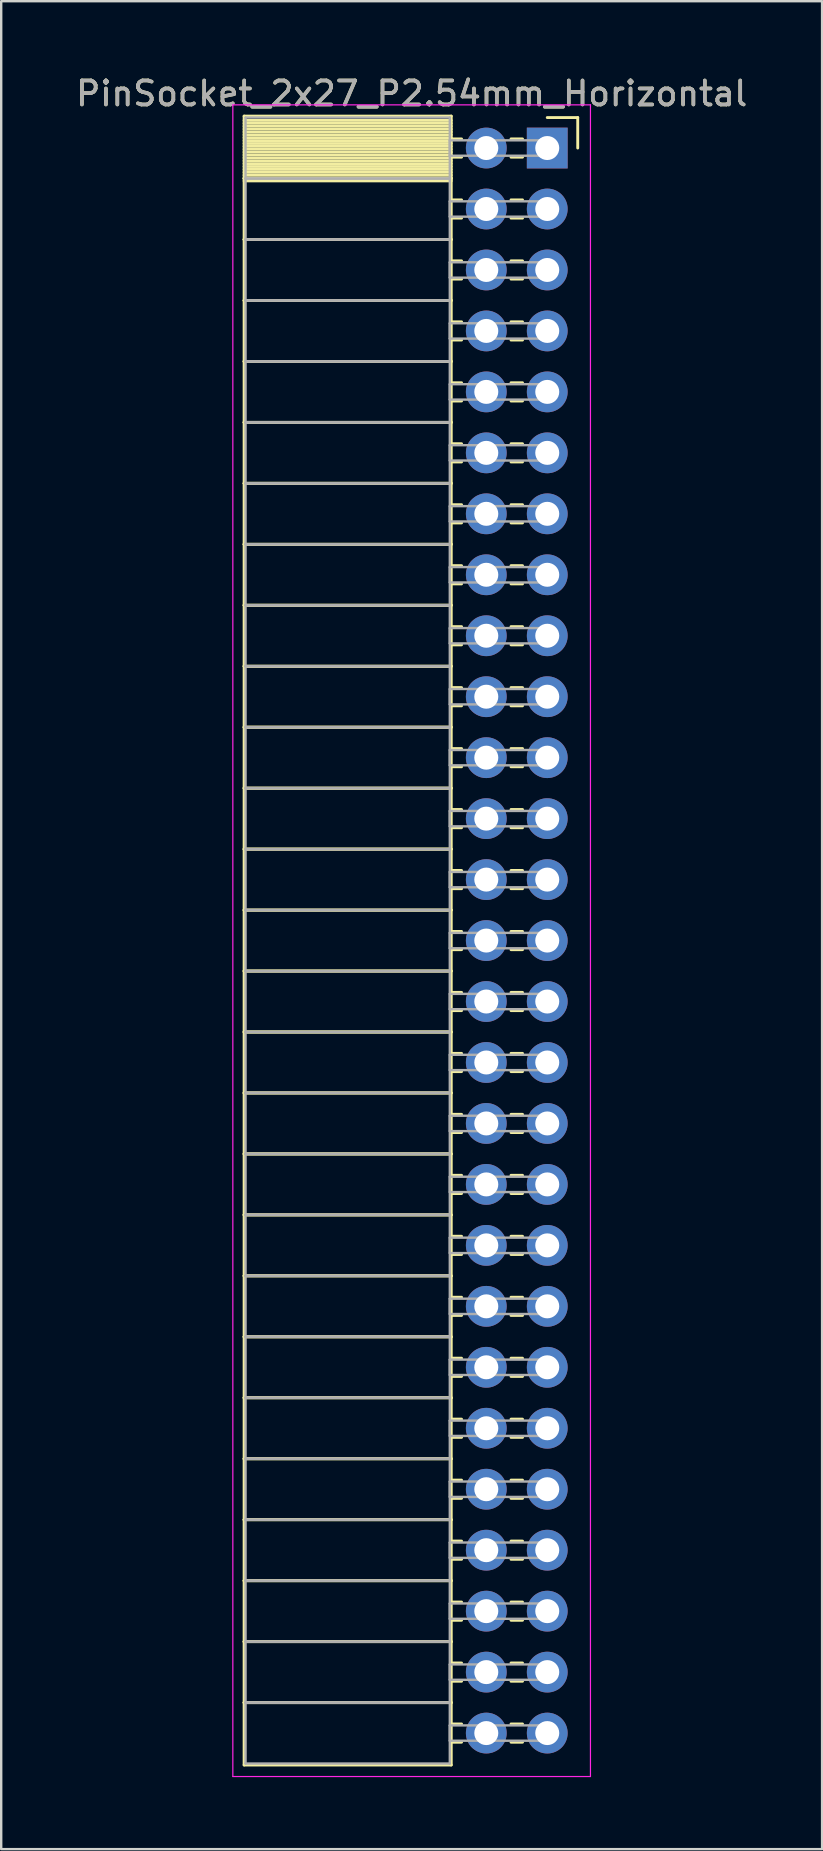
<source format=kicad_pcb>
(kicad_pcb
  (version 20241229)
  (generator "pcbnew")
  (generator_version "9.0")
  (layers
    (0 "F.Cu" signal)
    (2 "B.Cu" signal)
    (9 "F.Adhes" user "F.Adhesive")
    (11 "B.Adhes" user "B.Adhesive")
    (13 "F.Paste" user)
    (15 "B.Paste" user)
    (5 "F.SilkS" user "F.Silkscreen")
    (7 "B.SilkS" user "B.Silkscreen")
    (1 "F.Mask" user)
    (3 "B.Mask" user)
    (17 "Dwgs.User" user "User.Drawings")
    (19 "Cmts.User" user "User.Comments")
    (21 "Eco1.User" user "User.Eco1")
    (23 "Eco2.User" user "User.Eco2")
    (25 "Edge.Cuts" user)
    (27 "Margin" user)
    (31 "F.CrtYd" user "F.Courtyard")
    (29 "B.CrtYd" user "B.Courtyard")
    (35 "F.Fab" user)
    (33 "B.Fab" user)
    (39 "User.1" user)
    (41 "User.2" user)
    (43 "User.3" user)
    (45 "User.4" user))
  (footprint "PinSocket_2x27_P2.54mm_Horizontal"
    (layer "F.Cu")
    (at 19.751 3.118)
    (property "Reference" "PinSocket_2x27_P2.54mm_Horizontal" (at -5.65 -2.27 0) (layer "F.SilkS") (effects (font (size 1 1) (thickness 0.15))))
    (attr through_hole)
    (fp_line (start -12.63 -1.33) (end -4 -1.33) (stroke (width 0.12) (type solid)) (layer "F.SilkS"))
    (fp_line (start -12.63 1.27) (end -12.63 -1.33) (stroke (width 0.12) (type solid)) (layer "F.SilkS"))
    (fp_line (start -12.63 1.27) (end -4 1.27) (stroke (width 0.12) (type solid)) (layer "F.SilkS"))
    (fp_line (start -12.63 3.81) (end -12.63 1.27) (stroke (width 0.12) (type solid)) (layer "F.SilkS"))
    (fp_line (start -12.63 3.81) (end -4 3.81) (stroke (width 0.12) (type solid)) (layer "F.SilkS"))
    (fp_line (start -12.63 6.35) (end -12.63 3.81) (stroke (width 0.12) (type solid)) (layer "F.SilkS"))
    (fp_line (start -12.63 6.35) (end -4 6.35) (stroke (width 0.12) (type solid)) (layer "F.SilkS"))
    (fp_line (start -12.63 8.89) (end -12.63 6.35) (stroke (width 0.12) (type solid)) (layer "F.SilkS"))
    (fp_line (start -12.63 8.89) (end -4 8.89) (stroke (width 0.12) (type solid)) (layer "F.SilkS"))
    (fp_line (start -12.63 11.43) (end -12.63 8.89) (stroke (width 0.12) (type solid)) (layer "F.SilkS"))
    (fp_line (start -12.63 11.43) (end -4 11.43) (stroke (width 0.12) (type solid)) (layer "F.SilkS"))
    (fp_line (start -12.63 13.97) (end -12.63 11.43) (stroke (width 0.12) (type solid)) (layer "F.SilkS"))
    (fp_line (start -12.63 13.97) (end -4 13.97) (stroke (width 0.12) (type solid)) (layer "F.SilkS"))
    (fp_line (start -12.63 16.51) (end -12.63 13.97) (stroke (width 0.12) (type solid)) (layer "F.SilkS"))
    (fp_line (start -12.63 16.51) (end -4 16.51) (stroke (width 0.12) (type solid)) (layer "F.SilkS"))
    (fp_line (start -12.63 19.05) (end -12.63 16.51) (stroke (width 0.12) (type solid)) (layer "F.SilkS"))
    (fp_line (start -12.63 19.05) (end -4 19.05) (stroke (width 0.12) (type solid)) (layer "F.SilkS"))
    (fp_line (start -12.63 21.59) (end -12.63 19.05) (stroke (width 0.12) (type solid)) (layer "F.SilkS"))
    (fp_line (start -12.63 21.59) (end -4 21.59) (stroke (width 0.12) (type solid)) (layer "F.SilkS"))
    (fp_line (start -12.63 24.13) (end -12.63 21.59) (stroke (width 0.12) (type solid)) (layer "F.SilkS"))
    (fp_line (start -12.63 24.13) (end -4 24.13) (stroke (width 0.12) (type solid)) (layer "F.SilkS"))
    (fp_line (start -12.63 26.67) (end -12.63 24.13) (stroke (width 0.12) (type solid)) (layer "F.SilkS"))
    (fp_line (start -12.63 26.67) (end -4 26.67) (stroke (width 0.12) (type solid)) (layer "F.SilkS"))
    (fp_line (start -12.63 29.21) (end -12.63 26.67) (stroke (width 0.12) (type solid)) (layer "F.SilkS"))
    (fp_line (start -12.63 29.21) (end -4 29.21) (stroke (width 0.12) (type solid)) (layer "F.SilkS"))
    (fp_line (start -12.63 31.75) (end -12.63 29.21) (stroke (width 0.12) (type solid)) (layer "F.SilkS"))
    (fp_line (start -12.63 31.75) (end -4 31.75) (stroke (width 0.12) (type solid)) (layer "F.SilkS"))
    (fp_line (start -12.63 34.29) (end -12.63 31.75) (stroke (width 0.12) (type solid)) (layer "F.SilkS"))
    (fp_line (start -12.63 34.29) (end -4 34.29) (stroke (width 0.12) (type solid)) (layer "F.SilkS"))
    (fp_line (start -12.63 36.83) (end -12.63 34.29) (stroke (width 0.12) (type solid)) (layer "F.SilkS"))
    (fp_line (start -12.63 36.83) (end -4 36.83) (stroke (width 0.12) (type solid)) (layer "F.SilkS"))
    (fp_line (start -12.63 39.37) (end -12.63 36.83) (stroke (width 0.12) (type solid)) (layer "F.SilkS"))
    (fp_line (start -12.63 39.37) (end -4 39.37) (stroke (width 0.12) (type solid)) (layer "F.SilkS"))
    (fp_line (start -12.63 41.91) (end -12.63 39.37) (stroke (width 0.12) (type solid)) (layer "F.SilkS"))
    (fp_line (start -12.63 41.91) (end -4 41.91) (stroke (width 0.12) (type solid)) (layer "F.SilkS"))
    (fp_line (start -12.63 44.45) (end -12.63 41.91) (stroke (width 0.12) (type solid)) (layer "F.SilkS"))
    (fp_line (start -12.63 44.45) (end -4 44.45) (stroke (width 0.12) (type solid)) (layer "F.SilkS"))
    (fp_line (start -12.63 46.99) (end -12.63 44.45) (stroke (width 0.12) (type solid)) (layer "F.SilkS"))
    (fp_line (start -12.63 46.99) (end -4 46.99) (stroke (width 0.12) (type solid)) (layer "F.SilkS"))
    (fp_line (start -12.63 49.53) (end -12.63 46.99) (stroke (width 0.12) (type solid)) (layer "F.SilkS"))
    (fp_line (start -12.63 49.53) (end -4 49.53) (stroke (width 0.12) (type solid)) (layer "F.SilkS"))
    (fp_line (start -12.63 52.07) (end -12.63 49.53) (stroke (width 0.12) (type solid)) (layer "F.SilkS"))
    (fp_line (start -12.63 52.07) (end -4 52.07) (stroke (width 0.12) (type solid)) (layer "F.SilkS"))
    (fp_line (start -12.63 54.61) (end -12.63 52.07) (stroke (width 0.12) (type solid)) (layer "F.SilkS"))
    (fp_line (start -12.63 54.61) (end -4 54.61) (stroke (width 0.12) (type solid)) (layer "F.SilkS"))
    (fp_line (start -12.63 57.15) (end -12.63 54.61) (stroke (width 0.12) (type solid)) (layer "F.SilkS"))
    (fp_line (start -12.63 57.15) (end -4 57.15) (stroke (width 0.12) (type solid)) (layer "F.SilkS"))
    (fp_line (start -12.63 59.69) (end -12.63 57.15) (stroke (width 0.12) (type solid)) (layer "F.SilkS"))
    (fp_line (start -12.63 59.69) (end -4 59.69) (stroke (width 0.12) (type solid)) (layer "F.SilkS"))
    (fp_line (start -12.63 62.23) (end -12.63 59.69) (stroke (width 0.12) (type solid)) (layer "F.SilkS"))
    (fp_line (start -12.63 62.23) (end -4 62.23) (stroke (width 0.12) (type solid)) (layer "F.SilkS"))
    (fp_line (start -12.63 64.77) (end -12.63 62.23) (stroke (width 0.12) (type solid)) (layer "F.SilkS"))
    (fp_line (start -12.63 64.77) (end -4 64.77) (stroke (width 0.12) (type solid)) (layer "F.SilkS"))
    (fp_line (start -12.63 67.37) (end -12.63 64.77) (stroke (width 0.12) (type solid)) (layer "F.SilkS"))
    (fp_line (start -4 -1.33) (end -4 1.27) (stroke (width 0.12) (type solid)) (layer "F.SilkS"))
    (fp_line (start -4 -1.15) (end -12.63 -1.15) (stroke (width 0.12) (type solid)) (layer "F.SilkS"))
    (fp_line (start -4 -1.03) (end -12.63 -1.03) (stroke (width 0.12) (type solid)) (layer "F.SilkS"))
    (fp_line (start -4 -0.91) (end -12.63 -0.91) (stroke (width 0.12) (type solid)) (layer "F.SilkS"))
    (fp_line (start -4 -0.79) (end -12.63 -0.79) (stroke (width 0.12) (type solid)) (layer "F.SilkS"))
    (fp_line (start -4 -0.67) (end -12.63 -0.67) (stroke (width 0.12) (type solid)) (layer "F.SilkS"))
    (fp_line (start -4 -0.55) (end -12.63 -0.55) (stroke (width 0.12) (type solid)) (layer "F.SilkS"))
    (fp_line (start -4 -0.43) (end -12.63 -0.43) (stroke (width 0.12) (type solid)) (layer "F.SilkS"))
    (fp_line (start -4 -0.31) (end -12.63 -0.31) (stroke (width 0.12) (type solid)) (layer "F.SilkS"))
    (fp_line (start -4 -0.19) (end -12.63 -0.19) (stroke (width 0.12) (type solid)) (layer "F.SilkS"))
    (fp_line (start -4 -0.07) (end -12.63 -0.07) (stroke (width 0.12) (type solid)) (layer "F.SilkS"))
    (fp_line (start -4 0.05) (end -12.63 0.05) (stroke (width 0.12) (type solid)) (layer "F.SilkS"))
    (fp_line (start -4 0.17) (end -12.63 0.17) (stroke (width 0.12) (type solid)) (layer "F.SilkS"))
    (fp_line (start -4 0.29) (end -12.63 0.29) (stroke (width 0.12) (type solid)) (layer "F.SilkS"))
    (fp_line (start -4 0.41) (end -12.63 0.41) (stroke (width 0.12) (type solid)) (layer "F.SilkS"))
    (fp_line (start -4 0.53) (end -12.63 0.53) (stroke (width 0.12) (type solid)) (layer "F.SilkS"))
    (fp_line (start -4 0.65) (end -12.63 0.65) (stroke (width 0.12) (type solid)) (layer "F.SilkS"))
    (fp_line (start -4 0.77) (end -12.63 0.77) (stroke (width 0.12) (type solid)) (layer "F.SilkS"))
    (fp_line (start -4 0.89) (end -12.63 0.89) (stroke (width 0.12) (type solid)) (layer "F.SilkS"))
    (fp_line (start -4 1.01) (end -12.63 1.01) (stroke (width 0.12) (type solid)) (layer "F.SilkS"))
    (fp_line (start -4 1.13) (end -12.63 1.13) (stroke (width 0.12) (type solid)) (layer "F.SilkS"))
    (fp_line (start -4 1.25) (end -12.63 1.25) (stroke (width 0.12) (type solid)) (layer "F.SilkS"))
    (fp_line (start -4 1.27) (end -12.63 1.27) (stroke (width 0.12) (type solid)) (layer "F.SilkS"))
    (fp_line (start -4 1.27) (end -4 3.81) (stroke (width 0.12) (type solid)) (layer "F.SilkS"))
    (fp_line (start -4 1.37) (end -12.63 1.37) (stroke (width 0.12) (type solid)) (layer "F.SilkS"))
    (fp_line (start -4 3.81) (end -12.63 3.81) (stroke (width 0.12) (type solid)) (layer "F.SilkS"))
    (fp_line (start -4 3.81) (end -4 6.35) (stroke (width 0.12) (type solid)) (layer "F.SilkS"))
    (fp_line (start -4 6.35) (end -12.63 6.35) (stroke (width 0.12) (type solid)) (layer "F.SilkS"))
    (fp_line (start -4 6.35) (end -4 8.89) (stroke (width 0.12) (type solid)) (layer "F.SilkS"))
    (fp_line (start -4 8.89) (end -12.63 8.89) (stroke (width 0.12) (type solid)) (layer "F.SilkS"))
    (fp_line (start -4 8.89) (end -4 11.43) (stroke (width 0.12) (type solid)) (layer "F.SilkS"))
    (fp_line (start -4 11.43) (end -12.63 11.43) (stroke (width 0.12) (type solid)) (layer "F.SilkS"))
    (fp_line (start -4 11.43) (end -4 13.97) (stroke (width 0.12) (type solid)) (layer "F.SilkS"))
    (fp_line (start -4 13.97) (end -12.63 13.97) (stroke (width 0.12) (type solid)) (layer "F.SilkS"))
    (fp_line (start -4 13.97) (end -4 16.51) (stroke (width 0.12) (type solid)) (layer "F.SilkS"))
    (fp_line (start -4 16.51) (end -12.63 16.51) (stroke (width 0.12) (type solid)) (layer "F.SilkS"))
    (fp_line (start -4 16.51) (end -4 19.05) (stroke (width 0.12) (type solid)) (layer "F.SilkS"))
    (fp_line (start -4 19.05) (end -12.63 19.05) (stroke (width 0.12) (type solid)) (layer "F.SilkS"))
    (fp_line (start -4 19.05) (end -4 21.59) (stroke (width 0.12) (type solid)) (layer "F.SilkS"))
    (fp_line (start -4 21.59) (end -12.63 21.59) (stroke (width 0.12) (type solid)) (layer "F.SilkS"))
    (fp_line (start -4 21.59) (end -4 24.13) (stroke (width 0.12) (type solid)) (layer "F.SilkS"))
    (fp_line (start -4 24.13) (end -12.63 24.13) (stroke (width 0.12) (type solid)) (layer "F.SilkS"))
    (fp_line (start -4 24.13) (end -4 26.67) (stroke (width 0.12) (type solid)) (layer "F.SilkS"))
    (fp_line (start -4 26.67) (end -12.63 26.67) (stroke (width 0.12) (type solid)) (layer "F.SilkS"))
    (fp_line (start -4 26.67) (end -4 29.21) (stroke (width 0.12) (type solid)) (layer "F.SilkS"))
    (fp_line (start -4 29.21) (end -12.63 29.21) (stroke (width 0.12) (type solid)) (layer "F.SilkS"))
    (fp_line (start -4 29.21) (end -4 31.75) (stroke (width 0.12) (type solid)) (layer "F.SilkS"))
    (fp_line (start -4 31.75) (end -12.63 31.75) (stroke (width 0.12) (type solid)) (layer "F.SilkS"))
    (fp_line (start -4 31.75) (end -4 34.29) (stroke (width 0.12) (type solid)) (layer "F.SilkS"))
    (fp_line (start -4 34.29) (end -12.63 34.29) (stroke (width 0.12) (type solid)) (layer "F.SilkS"))
    (fp_line (start -4 34.29) (end -4 36.83) (stroke (width 0.12) (type solid)) (layer "F.SilkS"))
    (fp_line (start -4 36.83) (end -12.63 36.83) (stroke (width 0.12) (type solid)) (layer "F.SilkS"))
    (fp_line (start -4 36.83) (end -4 39.37) (stroke (width 0.12) (type solid)) (layer "F.SilkS"))
    (fp_line (start -4 39.37) (end -12.63 39.37) (stroke (width 0.12) (type solid)) (layer "F.SilkS"))
    (fp_line (start -4 39.37) (end -4 41.91) (stroke (width 0.12) (type solid)) (layer "F.SilkS"))
    (fp_line (start -4 41.91) (end -12.63 41.91) (stroke (width 0.12) (type solid)) (layer "F.SilkS"))
    (fp_line (start -4 41.91) (end -4 44.45) (stroke (width 0.12) (type solid)) (layer "F.SilkS"))
    (fp_line (start -4 44.45) (end -12.63 44.45) (stroke (width 0.12) (type solid)) (layer "F.SilkS"))
    (fp_line (start -4 44.45) (end -4 46.99) (stroke (width 0.12) (type solid)) (layer "F.SilkS"))
    (fp_line (start -4 46.99) (end -12.63 46.99) (stroke (width 0.12) (type solid)) (layer "F.SilkS"))
    (fp_line (start -4 46.99) (end -4 49.53) (stroke (width 0.12) (type solid)) (layer "F.SilkS"))
    (fp_line (start -4 49.53) (end -12.63 49.53) (stroke (width 0.12) (type solid)) (layer "F.SilkS"))
    (fp_line (start -4 49.53) (end -4 52.07) (stroke (width 0.12) (type solid)) (layer "F.SilkS"))
    (fp_line (start -4 52.07) (end -12.63 52.07) (stroke (width 0.12) (type solid)) (layer "F.SilkS"))
    (fp_line (start -4 52.07) (end -4 54.61) (stroke (width 0.12) (type solid)) (layer "F.SilkS"))
    (fp_line (start -4 54.61) (end -12.63 54.61) (stroke (width 0.12) (type solid)) (layer "F.SilkS"))
    (fp_line (start -4 54.61) (end -4 57.15) (stroke (width 0.12) (type solid)) (layer "F.SilkS"))
    (fp_line (start -4 57.15) (end -12.63 57.15) (stroke (width 0.12) (type solid)) (layer "F.SilkS"))
    (fp_line (start -4 57.15) (end -4 59.69) (stroke (width 0.12) (type solid)) (layer "F.SilkS"))
    (fp_line (start -4 59.69) (end -12.63 59.69) (stroke (width 0.12) (type solid)) (layer "F.SilkS"))
    (fp_line (start -4 59.69) (end -4 62.23) (stroke (width 0.12) (type solid)) (layer "F.SilkS"))
    (fp_line (start -4 62.23) (end -12.63 62.23) (stroke (width 0.12) (type solid)) (layer "F.SilkS"))
    (fp_line (start -4 62.23) (end -4 64.77) (stroke (width 0.12) (type solid)) (layer "F.SilkS"))
    (fp_line (start -4 64.77) (end -12.63 64.77) (stroke (width 0.12) (type solid)) (layer "F.SilkS"))
    (fp_line (start -4 64.77) (end -4 67.37) (stroke (width 0.12) (type solid)) (layer "F.SilkS"))
    (fp_line (start -4 67.37) (end -12.63 67.37) (stroke (width 0.12) (type solid)) (layer "F.SilkS"))
    (fp_line (start -3.57 -0.38) (end -4 -0.38) (stroke (width 0.12) (type solid)) (layer "F.SilkS"))
    (fp_line (start -3.57 0.38) (end -4 0.38) (stroke (width 0.12) (type solid)) (layer "F.SilkS"))
    (fp_line (start -3.57 2.16) (end -4 2.16) (stroke (width 0.12) (type solid)) (layer "F.SilkS"))
    (fp_line (start -3.57 2.92) (end -4 2.92) (stroke (width 0.12) (type solid)) (layer "F.SilkS"))
    (fp_line (start -3.57 4.7) (end -4 4.7) (stroke (width 0.12) (type solid)) (layer "F.SilkS"))
    (fp_line (start -3.57 5.46) (end -4 5.46) (stroke (width 0.12) (type solid)) (layer "F.SilkS"))
    (fp_line (start -3.57 7.24) (end -4 7.24) (stroke (width 0.12) (type solid)) (layer "F.SilkS"))
    (fp_line (start -3.57 8) (end -4 8) (stroke (width 0.12) (type solid)) (layer "F.SilkS"))
    (fp_line (start -3.57 9.78) (end -4 9.78) (stroke (width 0.12) (type solid)) (layer "F.SilkS"))
    (fp_line (start -3.57 10.54) (end -4 10.54) (stroke (width 0.12) (type solid)) (layer "F.SilkS"))
    (fp_line (start -3.57 12.32) (end -4 12.32) (stroke (width 0.12) (type solid)) (layer "F.SilkS"))
    (fp_line (start -3.57 13.08) (end -4 13.08) (stroke (width 0.12) (type solid)) (layer "F.SilkS"))
    (fp_line (start -3.57 14.86) (end -4 14.86) (stroke (width 0.12) (type solid)) (layer "F.SilkS"))
    (fp_line (start -3.57 15.62) (end -4 15.62) (stroke (width 0.12) (type solid)) (layer "F.SilkS"))
    (fp_line (start -3.57 17.4) (end -4 17.4) (stroke (width 0.12) (type solid)) (layer "F.SilkS"))
    (fp_line (start -3.57 18.16) (end -4 18.16) (stroke (width 0.12) (type solid)) (layer "F.SilkS"))
    (fp_line (start -3.57 19.94) (end -4 19.94) (stroke (width 0.12) (type solid)) (layer "F.SilkS"))
    (fp_line (start -3.57 20.7) (end -4 20.7) (stroke (width 0.12) (type solid)) (layer "F.SilkS"))
    (fp_line (start -3.57 22.48) (end -4 22.48) (stroke (width 0.12) (type solid)) (layer "F.SilkS"))
    (fp_line (start -3.57 23.24) (end -4 23.24) (stroke (width 0.12) (type solid)) (layer "F.SilkS"))
    (fp_line (start -3.57 25.02) (end -4 25.02) (stroke (width 0.12) (type solid)) (layer "F.SilkS"))
    (fp_line (start -3.57 25.78) (end -4 25.78) (stroke (width 0.12) (type solid)) (layer "F.SilkS"))
    (fp_line (start -3.57 27.56) (end -4 27.56) (stroke (width 0.12) (type solid)) (layer "F.SilkS"))
    (fp_line (start -3.57 28.32) (end -4 28.32) (stroke (width 0.12) (type solid)) (layer "F.SilkS"))
    (fp_line (start -3.57 30.1) (end -4 30.1) (stroke (width 0.12) (type solid)) (layer "F.SilkS"))
    (fp_line (start -3.57 30.86) (end -4 30.86) (stroke (width 0.12) (type solid)) (layer "F.SilkS"))
    (fp_line (start -3.57 32.64) (end -4 32.64) (stroke (width 0.12) (type solid)) (layer "F.SilkS"))
    (fp_line (start -3.57 33.4) (end -4 33.4) (stroke (width 0.12) (type solid)) (layer "F.SilkS"))
    (fp_line (start -3.57 35.18) (end -4 35.18) (stroke (width 0.12) (type solid)) (layer "F.SilkS"))
    (fp_line (start -3.57 35.94) (end -4 35.94) (stroke (width 0.12) (type solid)) (layer "F.SilkS"))
    (fp_line (start -3.57 37.72) (end -4 37.72) (stroke (width 0.12) (type solid)) (layer "F.SilkS"))
    (fp_line (start -3.57 38.48) (end -4 38.48) (stroke (width 0.12) (type solid)) (layer "F.SilkS"))
    (fp_line (start -3.57 40.26) (end -4 40.26) (stroke (width 0.12) (type solid)) (layer "F.SilkS"))
    (fp_line (start -3.57 41.02) (end -4 41.02) (stroke (width 0.12) (type solid)) (layer "F.SilkS"))
    (fp_line (start -3.57 42.8) (end -4 42.8) (stroke (width 0.12) (type solid)) (layer "F.SilkS"))
    (fp_line (start -3.57 43.56) (end -4 43.56) (stroke (width 0.12) (type solid)) (layer "F.SilkS"))
    (fp_line (start -3.57 45.34) (end -4 45.34) (stroke (width 0.12) (type solid)) (layer "F.SilkS"))
    (fp_line (start -3.57 46.1) (end -4 46.1) (stroke (width 0.12) (type solid)) (layer "F.SilkS"))
    (fp_line (start -3.57 47.88) (end -4 47.88) (stroke (width 0.12) (type solid)) (layer "F.SilkS"))
    (fp_line (start -3.57 48.64) (end -4 48.64) (stroke (width 0.12) (type solid)) (layer "F.SilkS"))
    (fp_line (start -3.57 50.42) (end -4 50.42) (stroke (width 0.12) (type solid)) (layer "F.SilkS"))
    (fp_line (start -3.57 51.18) (end -4 51.18) (stroke (width 0.12) (type solid)) (layer "F.SilkS"))
    (fp_line (start -3.57 52.96) (end -4 52.96) (stroke (width 0.12) (type solid)) (layer "F.SilkS"))
    (fp_line (start -3.57 53.72) (end -4 53.72) (stroke (width 0.12) (type solid)) (layer "F.SilkS"))
    (fp_line (start -3.57 55.5) (end -4 55.5) (stroke (width 0.12) (type solid)) (layer "F.SilkS"))
    (fp_line (start -3.57 56.26) (end -4 56.26) (stroke (width 0.12) (type solid)) (layer "F.SilkS"))
    (fp_line (start -3.57 58.04) (end -4 58.04) (stroke (width 0.12) (type solid)) (layer "F.SilkS"))
    (fp_line (start -3.57 58.8) (end -4 58.8) (stroke (width 0.12) (type solid)) (layer "F.SilkS"))
    (fp_line (start -3.57 60.58) (end -4 60.58) (stroke (width 0.12) (type solid)) (layer "F.SilkS"))
    (fp_line (start -3.57 61.34) (end -4 61.34) (stroke (width 0.12) (type solid)) (layer "F.SilkS"))
    (fp_line (start -3.57 63.12) (end -4 63.12) (stroke (width 0.12) (type solid)) (layer "F.SilkS"))
    (fp_line (start -3.57 63.88) (end -4 63.88) (stroke (width 0.12) (type solid)) (layer "F.SilkS"))
    (fp_line (start -3.57 65.66) (end -4 65.66) (stroke (width 0.12) (type solid)) (layer "F.SilkS"))
    (fp_line (start -3.57 66.42) (end -4 66.42) (stroke (width 0.12) (type solid)) (layer "F.SilkS"))
    (fp_line (start -1.03 -0.38) (end -1.51 -0.38) (stroke (width 0.12) (type solid)) (layer "F.SilkS"))
    (fp_line (start -1.03 0.38) (end -1.51 0.38) (stroke (width 0.12) (type solid)) (layer "F.SilkS"))
    (fp_line (start -1.03 2.16) (end -1.51 2.16) (stroke (width 0.12) (type solid)) (layer "F.SilkS"))
    (fp_line (start -1.03 2.92) (end -1.51 2.92) (stroke (width 0.12) (type solid)) (layer "F.SilkS"))
    (fp_line (start -1.03 4.7) (end -1.51 4.7) (stroke (width 0.12) (type solid)) (layer "F.SilkS"))
    (fp_line (start -1.03 5.46) (end -1.51 5.46) (stroke (width 0.12) (type solid)) (layer "F.SilkS"))
    (fp_line (start -1.03 7.24) (end -1.51 7.24) (stroke (width 0.12) (type solid)) (layer "F.SilkS"))
    (fp_line (start -1.03 8) (end -1.51 8) (stroke (width 0.12) (type solid)) (layer "F.SilkS"))
    (fp_line (start -1.03 9.78) (end -1.51 9.78) (stroke (width 0.12) (type solid)) (layer "F.SilkS"))
    (fp_line (start -1.03 10.54) (end -1.51 10.54) (stroke (width 0.12) (type solid)) (layer "F.SilkS"))
    (fp_line (start -1.03 12.32) (end -1.51 12.32) (stroke (width 0.12) (type solid)) (layer "F.SilkS"))
    (fp_line (start -1.03 13.08) (end -1.51 13.08) (stroke (width 0.12) (type solid)) (layer "F.SilkS"))
    (fp_line (start -1.03 14.86) (end -1.51 14.86) (stroke (width 0.12) (type solid)) (layer "F.SilkS"))
    (fp_line (start -1.03 15.62) (end -1.51 15.62) (stroke (width 0.12) (type solid)) (layer "F.SilkS"))
    (fp_line (start -1.03 17.4) (end -1.51 17.4) (stroke (width 0.12) (type solid)) (layer "F.SilkS"))
    (fp_line (start -1.03 18.16) (end -1.51 18.16) (stroke (width 0.12) (type solid)) (layer "F.SilkS"))
    (fp_line (start -1.03 19.94) (end -1.51 19.94) (stroke (width 0.12) (type solid)) (layer "F.SilkS"))
    (fp_line (start -1.03 20.7) (end -1.51 20.7) (stroke (width 0.12) (type solid)) (layer "F.SilkS"))
    (fp_line (start -1.03 22.48) (end -1.51 22.48) (stroke (width 0.12) (type solid)) (layer "F.SilkS"))
    (fp_line (start -1.03 23.24) (end -1.51 23.24) (stroke (width 0.12) (type solid)) (layer "F.SilkS"))
    (fp_line (start -1.03 25.02) (end -1.51 25.02) (stroke (width 0.12) (type solid)) (layer "F.SilkS"))
    (fp_line (start -1.03 25.78) (end -1.51 25.78) (stroke (width 0.12) (type solid)) (layer "F.SilkS"))
    (fp_line (start -1.03 27.56) (end -1.51 27.56) (stroke (width 0.12) (type solid)) (layer "F.SilkS"))
    (fp_line (start -1.03 28.32) (end -1.51 28.32) (stroke (width 0.12) (type solid)) (layer "F.SilkS"))
    (fp_line (start -1.03 30.1) (end -1.51 30.1) (stroke (width 0.12) (type solid)) (layer "F.SilkS"))
    (fp_line (start -1.03 30.86) (end -1.51 30.86) (stroke (width 0.12) (type solid)) (layer "F.SilkS"))
    (fp_line (start -1.03 32.64) (end -1.51 32.64) (stroke (width 0.12) (type solid)) (layer "F.SilkS"))
    (fp_line (start -1.03 33.4) (end -1.51 33.4) (stroke (width 0.12) (type solid)) (layer "F.SilkS"))
    (fp_line (start -1.03 35.18) (end -1.51 35.18) (stroke (width 0.12) (type solid)) (layer "F.SilkS"))
    (fp_line (start -1.03 35.94) (end -1.51 35.94) (stroke (width 0.12) (type solid)) (layer "F.SilkS"))
    (fp_line (start -1.03 37.72) (end -1.51 37.72) (stroke (width 0.12) (type solid)) (layer "F.SilkS"))
    (fp_line (start -1.03 38.48) (end -1.51 38.48) (stroke (width 0.12) (type solid)) (layer "F.SilkS"))
    (fp_line (start -1.03 40.26) (end -1.51 40.26) (stroke (width 0.12) (type solid)) (layer "F.SilkS"))
    (fp_line (start -1.03 41.02) (end -1.51 41.02) (stroke (width 0.12) (type solid)) (layer "F.SilkS"))
    (fp_line (start -1.03 42.8) (end -1.51 42.8) (stroke (width 0.12) (type solid)) (layer "F.SilkS"))
    (fp_line (start -1.03 43.56) (end -1.51 43.56) (stroke (width 0.12) (type solid)) (layer "F.SilkS"))
    (fp_line (start -1.03 45.34) (end -1.51 45.34) (stroke (width 0.12) (type solid)) (layer "F.SilkS"))
    (fp_line (start -1.03 46.1) (end -1.51 46.1) (stroke (width 0.12) (type solid)) (layer "F.SilkS"))
    (fp_line (start -1.03 47.88) (end -1.51 47.88) (stroke (width 0.12) (type solid)) (layer "F.SilkS"))
    (fp_line (start -1.03 48.64) (end -1.51 48.64) (stroke (width 0.12) (type solid)) (layer "F.SilkS"))
    (fp_line (start -1.03 50.42) (end -1.51 50.42) (stroke (width 0.12) (type solid)) (layer "F.SilkS"))
    (fp_line (start -1.03 51.18) (end -1.51 51.18) (stroke (width 0.12) (type solid)) (layer "F.SilkS"))
    (fp_line (start -1.03 52.96) (end -1.51 52.96) (stroke (width 0.12) (type solid)) (layer "F.SilkS"))
    (fp_line (start -1.03 53.72) (end -1.51 53.72) (stroke (width 0.12) (type solid)) (layer "F.SilkS"))
    (fp_line (start -1.03 55.5) (end -1.51 55.5) (stroke (width 0.12) (type solid)) (layer "F.SilkS"))
    (fp_line (start -1.03 56.26) (end -1.51 56.26) (stroke (width 0.12) (type solid)) (layer "F.SilkS"))
    (fp_line (start -1.03 58.04) (end -1.51 58.04) (stroke (width 0.12) (type solid)) (layer "F.SilkS"))
    (fp_line (start -1.03 58.8) (end -1.51 58.8) (stroke (width 0.12) (type solid)) (layer "F.SilkS"))
    (fp_line (start -1.03 60.58) (end -1.51 60.58) (stroke (width 0.12) (type solid)) (layer "F.SilkS"))
    (fp_line (start -1.03 61.34) (end -1.51 61.34) (stroke (width 0.12) (type solid)) (layer "F.SilkS"))
    (fp_line (start -1.03 63.12) (end -1.51 63.12) (stroke (width 0.12) (type solid)) (layer "F.SilkS"))
    (fp_line (start -1.03 63.88) (end -1.51 63.88) (stroke (width 0.12) (type solid)) (layer "F.SilkS"))
    (fp_line (start -1.03 65.66) (end -1.51 65.66) (stroke (width 0.12) (type solid)) (layer "F.SilkS"))
    (fp_line (start -1.03 66.42) (end -1.51 66.42) (stroke (width 0.12) (type solid)) (layer "F.SilkS"))
    (fp_line (start 0 -1.27) (end 1.27 -1.27) (stroke (width 0.12) (type solid)) (layer "F.SilkS"))
    (fp_line (start 1.27 -1.27) (end 1.27 0) (stroke (width 0.12) (type solid)) (layer "F.SilkS"))
    (fp_line (start -13.1 -1.8) (end 1.8 -1.8) (stroke (width 0.05) (type solid)) (layer "F.CrtYd"))
    (fp_line (start -13.1 67.85) (end -13.1 -1.8) (stroke (width 0.05) (type solid)) (layer "F.CrtYd"))
    (fp_line (start 1.8 -1.8) (end 1.8 67.85) (stroke (width 0.05) (type solid)) (layer "F.CrtYd"))
    (fp_line (start 1.8 67.85) (end -13.1 67.85) (stroke (width 0.05) (type solid)) (layer "F.CrtYd"))
    (fp_line (start -12.57 -1.27) (end -4.06 -1.27) (stroke (width 0.1) (type solid)) (layer "F.Fab"))
    (fp_line (start -12.57 1.27) (end -12.57 -1.27) (stroke (width 0.1) (type solid)) (layer "F.Fab"))
    (fp_line (start -12.57 1.27) (end -4.06 1.27) (stroke (width 0.1) (type solid)) (layer "F.Fab"))
    (fp_line (start -12.57 3.81) (end -12.57 1.27) (stroke (width 0.1) (type solid)) (layer "F.Fab"))
    (fp_line (start -12.57 3.81) (end -4.06 3.81) (stroke (width 0.1) (type solid)) (layer "F.Fab"))
    (fp_line (start -12.57 6.35) (end -12.57 3.81) (stroke (width 0.1) (type solid)) (layer "F.Fab"))
    (fp_line (start -12.57 6.35) (end -4.06 6.35) (stroke (width 0.1) (type solid)) (layer "F.Fab"))
    (fp_line (start -12.57 8.89) (end -12.57 6.35) (stroke (width 0.1) (type solid)) (layer "F.Fab"))
    (fp_line (start -12.57 8.89) (end -4.06 8.89) (stroke (width 0.1) (type solid)) (layer "F.Fab"))
    (fp_line (start -12.57 11.43) (end -12.57 8.89) (stroke (width 0.1) (type solid)) (layer "F.Fab"))
    (fp_line (start -12.57 11.43) (end -4.06 11.43) (stroke (width 0.1) (type solid)) (layer "F.Fab"))
    (fp_line (start -12.57 13.97) (end -12.57 11.43) (stroke (width 0.1) (type solid)) (layer "F.Fab"))
    (fp_line (start -12.57 13.97) (end -4.06 13.97) (stroke (width 0.1) (type solid)) (layer "F.Fab"))
    (fp_line (start -12.57 16.51) (end -12.57 13.97) (stroke (width 0.1) (type solid)) (layer "F.Fab"))
    (fp_line (start -12.57 16.51) (end -4.06 16.51) (stroke (width 0.1) (type solid)) (layer "F.Fab"))
    (fp_line (start -12.57 19.05) (end -12.57 16.51) (stroke (width 0.1) (type solid)) (layer "F.Fab"))
    (fp_line (start -12.57 19.05) (end -4.06 19.05) (stroke (width 0.1) (type solid)) (layer "F.Fab"))
    (fp_line (start -12.57 21.59) (end -12.57 19.05) (stroke (width 0.1) (type solid)) (layer "F.Fab"))
    (fp_line (start -12.57 21.59) (end -4.06 21.59) (stroke (width 0.1) (type solid)) (layer "F.Fab"))
    (fp_line (start -12.57 24.13) (end -12.57 21.59) (stroke (width 0.1) (type solid)) (layer "F.Fab"))
    (fp_line (start -12.57 24.13) (end -4.06 24.13) (stroke (width 0.1) (type solid)) (layer "F.Fab"))
    (fp_line (start -12.57 26.67) (end -12.57 24.13) (stroke (width 0.1) (type solid)) (layer "F.Fab"))
    (fp_line (start -12.57 26.67) (end -4.06 26.67) (stroke (width 0.1) (type solid)) (layer "F.Fab"))
    (fp_line (start -12.57 29.21) (end -12.57 26.67) (stroke (width 0.1) (type solid)) (layer "F.Fab"))
    (fp_line (start -12.57 29.21) (end -4.06 29.21) (stroke (width 0.1) (type solid)) (layer "F.Fab"))
    (fp_line (start -12.57 31.75) (end -12.57 29.21) (stroke (width 0.1) (type solid)) (layer "F.Fab"))
    (fp_line (start -12.57 31.75) (end -4.06 31.75) (stroke (width 0.1) (type solid)) (layer "F.Fab"))
    (fp_line (start -12.57 34.29) (end -12.57 31.75) (stroke (width 0.1) (type solid)) (layer "F.Fab"))
    (fp_line (start -12.57 34.29) (end -4.06 34.29) (stroke (width 0.1) (type solid)) (layer "F.Fab"))
    (fp_line (start -12.57 36.83) (end -12.57 34.29) (stroke (width 0.1) (type solid)) (layer "F.Fab"))
    (fp_line (start -12.57 36.83) (end -4.06 36.83) (stroke (width 0.1) (type solid)) (layer "F.Fab"))
    (fp_line (start -12.57 39.37) (end -12.57 36.83) (stroke (width 0.1) (type solid)) (layer "F.Fab"))
    (fp_line (start -12.57 39.37) (end -4.06 39.37) (stroke (width 0.1) (type solid)) (layer "F.Fab"))
    (fp_line (start -12.57 41.91) (end -12.57 39.37) (stroke (width 0.1) (type solid)) (layer "F.Fab"))
    (fp_line (start -12.57 41.91) (end -4.06 41.91) (stroke (width 0.1) (type solid)) (layer "F.Fab"))
    (fp_line (start -12.57 44.45) (end -12.57 41.91) (stroke (width 0.1) (type solid)) (layer "F.Fab"))
    (fp_line (start -12.57 44.45) (end -4.06 44.45) (stroke (width 0.1) (type solid)) (layer "F.Fab"))
    (fp_line (start -12.57 46.99) (end -12.57 44.45) (stroke (width 0.1) (type solid)) (layer "F.Fab"))
    (fp_line (start -12.57 46.99) (end -4.06 46.99) (stroke (width 0.1) (type solid)) (layer "F.Fab"))
    (fp_line (start -12.57 49.53) (end -12.57 46.99) (stroke (width 0.1) (type solid)) (layer "F.Fab"))
    (fp_line (start -12.57 49.53) (end -4.06 49.53) (stroke (width 0.1) (type solid)) (layer "F.Fab"))
    (fp_line (start -12.57 52.07) (end -12.57 49.53) (stroke (width 0.1) (type solid)) (layer "F.Fab"))
    (fp_line (start -12.57 52.07) (end -4.06 52.07) (stroke (width 0.1) (type solid)) (layer "F.Fab"))
    (fp_line (start -12.57 54.61) (end -12.57 52.07) (stroke (width 0.1) (type solid)) (layer "F.Fab"))
    (fp_line (start -12.57 54.61) (end -4.06 54.61) (stroke (width 0.1) (type solid)) (layer "F.Fab"))
    (fp_line (start -12.57 57.15) (end -12.57 54.61) (stroke (width 0.1) (type solid)) (layer "F.Fab"))
    (fp_line (start -12.57 57.15) (end -4.06 57.15) (stroke (width 0.1) (type solid)) (layer "F.Fab"))
    (fp_line (start -12.57 59.69) (end -12.57 57.15) (stroke (width 0.1) (type solid)) (layer "F.Fab"))
    (fp_line (start -12.57 59.69) (end -4.06 59.69) (stroke (width 0.1) (type solid)) (layer "F.Fab"))
    (fp_line (start -12.57 62.23) (end -12.57 59.69) (stroke (width 0.1) (type solid)) (layer "F.Fab"))
    (fp_line (start -12.57 62.23) (end -4.06 62.23) (stroke (width 0.1) (type solid)) (layer "F.Fab"))
    (fp_line (start -12.57 64.77) (end -12.57 62.23) (stroke (width 0.1) (type solid)) (layer "F.Fab"))
    (fp_line (start -12.57 64.77) (end -4.06 64.77) (stroke (width 0.1) (type solid)) (layer "F.Fab"))
    (fp_line (start -12.57 67.31) (end -12.57 64.77) (stroke (width 0.1) (type solid)) (layer "F.Fab"))
    (fp_line (start -4.06 -1.27) (end -4.06 1.27) (stroke (width 0.1) (type solid)) (layer "F.Fab"))
    (fp_line (start -4.06 -0.32) (end 0 -0.32) (stroke (width 0.1) (type solid)) (layer "F.Fab"))
    (fp_line (start -4.06 0.32) (end -4.06 -0.32) (stroke (width 0.1) (type solid)) (layer "F.Fab"))
    (fp_line (start -4.06 1.27) (end -12.57 1.27) (stroke (width 0.1) (type solid)) (layer "F.Fab"))
    (fp_line (start -4.06 1.27) (end -4.06 3.81) (stroke (width 0.1) (type solid)) (layer "F.Fab"))
    (fp_line (start -4.06 2.22) (end 0 2.22) (stroke (width 0.1) (type solid)) (layer "F.Fab"))
    (fp_line (start -4.06 2.86) (end -4.06 2.22) (stroke (width 0.1) (type solid)) (layer "F.Fab"))
    (fp_line (start -4.06 3.81) (end -12.57 3.81) (stroke (width 0.1) (type solid)) (layer "F.Fab"))
    (fp_line (start -4.06 3.81) (end -4.06 6.35) (stroke (width 0.1) (type solid)) (layer "F.Fab"))
    (fp_line (start -4.06 4.76) (end 0 4.76) (stroke (width 0.1) (type solid)) (layer "F.Fab"))
    (fp_line (start -4.06 5.4) (end -4.06 4.76) (stroke (width 0.1) (type solid)) (layer "F.Fab"))
    (fp_line (start -4.06 6.35) (end -12.57 6.35) (stroke (width 0.1) (type solid)) (layer "F.Fab"))
    (fp_line (start -4.06 6.35) (end -4.06 8.89) (stroke (width 0.1) (type solid)) (layer "F.Fab"))
    (fp_line (start -4.06 7.3) (end 0 7.3) (stroke (width 0.1) (type solid)) (layer "F.Fab"))
    (fp_line (start -4.06 7.94) (end -4.06 7.3) (stroke (width 0.1) (type solid)) (layer "F.Fab"))
    (fp_line (start -4.06 8.89) (end -12.57 8.89) (stroke (width 0.1) (type solid)) (layer "F.Fab"))
    (fp_line (start -4.06 8.89) (end -4.06 11.43) (stroke (width 0.1) (type solid)) (layer "F.Fab"))
    (fp_line (start -4.06 9.84) (end 0 9.84) (stroke (width 0.1) (type solid)) (layer "F.Fab"))
    (fp_line (start -4.06 10.48) (end -4.06 9.84) (stroke (width 0.1) (type solid)) (layer "F.Fab"))
    (fp_line (start -4.06 11.43) (end -12.57 11.43) (stroke (width 0.1) (type solid)) (layer "F.Fab"))
    (fp_line (start -4.06 11.43) (end -4.06 13.97) (stroke (width 0.1) (type solid)) (layer "F.Fab"))
    (fp_line (start -4.06 12.38) (end 0 12.38) (stroke (width 0.1) (type solid)) (layer "F.Fab"))
    (fp_line (start -4.06 13.02) (end -4.06 12.38) (stroke (width 0.1) (type solid)) (layer "F.Fab"))
    (fp_line (start -4.06 13.97) (end -12.57 13.97) (stroke (width 0.1) (type solid)) (layer "F.Fab"))
    (fp_line (start -4.06 13.97) (end -4.06 16.51) (stroke (width 0.1) (type solid)) (layer "F.Fab"))
    (fp_line (start -4.06 14.92) (end 0 14.92) (stroke (width 0.1) (type solid)) (layer "F.Fab"))
    (fp_line (start -4.06 15.56) (end -4.06 14.92) (stroke (width 0.1) (type solid)) (layer "F.Fab"))
    (fp_line (start -4.06 16.51) (end -12.57 16.51) (stroke (width 0.1) (type solid)) (layer "F.Fab"))
    (fp_line (start -4.06 16.51) (end -4.06 19.05) (stroke (width 0.1) (type solid)) (layer "F.Fab"))
    (fp_line (start -4.06 17.46) (end 0 17.46) (stroke (width 0.1) (type solid)) (layer "F.Fab"))
    (fp_line (start -4.06 18.1) (end -4.06 17.46) (stroke (width 0.1) (type solid)) (layer "F.Fab"))
    (fp_line (start -4.06 19.05) (end -12.57 19.05) (stroke (width 0.1) (type solid)) (layer "F.Fab"))
    (fp_line (start -4.06 19.05) (end -4.06 21.59) (stroke (width 0.1) (type solid)) (layer "F.Fab"))
    (fp_line (start -4.06 20) (end 0 20) (stroke (width 0.1) (type solid)) (layer "F.Fab"))
    (fp_line (start -4.06 20.64) (end -4.06 20) (stroke (width 0.1) (type solid)) (layer "F.Fab"))
    (fp_line (start -4.06 21.59) (end -12.57 21.59) (stroke (width 0.1) (type solid)) (layer "F.Fab"))
    (fp_line (start -4.06 21.59) (end -4.06 24.13) (stroke (width 0.1) (type solid)) (layer "F.Fab"))
    (fp_line (start -4.06 22.54) (end 0 22.54) (stroke (width 0.1) (type solid)) (layer "F.Fab"))
    (fp_line (start -4.06 23.18) (end -4.06 22.54) (stroke (width 0.1) (type solid)) (layer "F.Fab"))
    (fp_line (start -4.06 24.13) (end -12.57 24.13) (stroke (width 0.1) (type solid)) (layer "F.Fab"))
    (fp_line (start -4.06 24.13) (end -4.06 26.67) (stroke (width 0.1) (type solid)) (layer "F.Fab"))
    (fp_line (start -4.06 25.08) (end 0 25.08) (stroke (width 0.1) (type solid)) (layer "F.Fab"))
    (fp_line (start -4.06 25.72) (end -4.06 25.08) (stroke (width 0.1) (type solid)) (layer "F.Fab"))
    (fp_line (start -4.06 26.67) (end -12.57 26.67) (stroke (width 0.1) (type solid)) (layer "F.Fab"))
    (fp_line (start -4.06 26.67) (end -4.06 29.21) (stroke (width 0.1) (type solid)) (layer "F.Fab"))
    (fp_line (start -4.06 27.62) (end 0 27.62) (stroke (width 0.1) (type solid)) (layer "F.Fab"))
    (fp_line (start -4.06 28.26) (end -4.06 27.62) (stroke (width 0.1) (type solid)) (layer "F.Fab"))
    (fp_line (start -4.06 29.21) (end -12.57 29.21) (stroke (width 0.1) (type solid)) (layer "F.Fab"))
    (fp_line (start -4.06 29.21) (end -4.06 31.75) (stroke (width 0.1) (type solid)) (layer "F.Fab"))
    (fp_line (start -4.06 30.16) (end 0 30.16) (stroke (width 0.1) (type solid)) (layer "F.Fab"))
    (fp_line (start -4.06 30.8) (end -4.06 30.16) (stroke (width 0.1) (type solid)) (layer "F.Fab"))
    (fp_line (start -4.06 31.75) (end -12.57 31.75) (stroke (width 0.1) (type solid)) (layer "F.Fab"))
    (fp_line (start -4.06 31.75) (end -4.06 34.29) (stroke (width 0.1) (type solid)) (layer "F.Fab"))
    (fp_line (start -4.06 32.7) (end 0 32.7) (stroke (width 0.1) (type solid)) (layer "F.Fab"))
    (fp_line (start -4.06 33.34) (end -4.06 32.7) (stroke (width 0.1) (type solid)) (layer "F.Fab"))
    (fp_line (start -4.06 34.29) (end -12.57 34.29) (stroke (width 0.1) (type solid)) (layer "F.Fab"))
    (fp_line (start -4.06 34.29) (end -4.06 36.83) (stroke (width 0.1) (type solid)) (layer "F.Fab"))
    (fp_line (start -4.06 35.24) (end 0 35.24) (stroke (width 0.1) (type solid)) (layer "F.Fab"))
    (fp_line (start -4.06 35.88) (end -4.06 35.24) (stroke (width 0.1) (type solid)) (layer "F.Fab"))
    (fp_line (start -4.06 36.83) (end -12.57 36.83) (stroke (width 0.1) (type solid)) (layer "F.Fab"))
    (fp_line (start -4.06 36.83) (end -4.06 39.37) (stroke (width 0.1) (type solid)) (layer "F.Fab"))
    (fp_line (start -4.06 37.78) (end 0 37.78) (stroke (width 0.1) (type solid)) (layer "F.Fab"))
    (fp_line (start -4.06 38.42) (end -4.06 37.78) (stroke (width 0.1) (type solid)) (layer "F.Fab"))
    (fp_line (start -4.06 39.37) (end -12.57 39.37) (stroke (width 0.1) (type solid)) (layer "F.Fab"))
    (fp_line (start -4.06 39.37) (end -4.06 41.91) (stroke (width 0.1) (type solid)) (layer "F.Fab"))
    (fp_line (start -4.06 40.32) (end 0 40.32) (stroke (width 0.1) (type solid)) (layer "F.Fab"))
    (fp_line (start -4.06 40.96) (end -4.06 40.32) (stroke (width 0.1) (type solid)) (layer "F.Fab"))
    (fp_line (start -4.06 41.91) (end -12.57 41.91) (stroke (width 0.1) (type solid)) (layer "F.Fab"))
    (fp_line (start -4.06 41.91) (end -4.06 44.45) (stroke (width 0.1) (type solid)) (layer "F.Fab"))
    (fp_line (start -4.06 42.86) (end 0 42.86) (stroke (width 0.1) (type solid)) (layer "F.Fab"))
    (fp_line (start -4.06 43.5) (end -4.06 42.86) (stroke (width 0.1) (type solid)) (layer "F.Fab"))
    (fp_line (start -4.06 44.45) (end -12.57 44.45) (stroke (width 0.1) (type solid)) (layer "F.Fab"))
    (fp_line (start -4.06 44.45) (end -4.06 46.99) (stroke (width 0.1) (type solid)) (layer "F.Fab"))
    (fp_line (start -4.06 45.4) (end 0 45.4) (stroke (width 0.1) (type solid)) (layer "F.Fab"))
    (fp_line (start -4.06 46.04) (end -4.06 45.4) (stroke (width 0.1) (type solid)) (layer "F.Fab"))
    (fp_line (start -4.06 46.99) (end -12.57 46.99) (stroke (width 0.1) (type solid)) (layer "F.Fab"))
    (fp_line (start -4.06 46.99) (end -4.06 49.53) (stroke (width 0.1) (type solid)) (layer "F.Fab"))
    (fp_line (start -4.06 47.94) (end 0 47.94) (stroke (width 0.1) (type solid)) (layer "F.Fab"))
    (fp_line (start -4.06 48.58) (end -4.06 47.94) (stroke (width 0.1) (type solid)) (layer "F.Fab"))
    (fp_line (start -4.06 49.53) (end -12.57 49.53) (stroke (width 0.1) (type solid)) (layer "F.Fab"))
    (fp_line (start -4.06 49.53) (end -4.06 52.07) (stroke (width 0.1) (type solid)) (layer "F.Fab"))
    (fp_line (start -4.06 50.48) (end 0 50.48) (stroke (width 0.1) (type solid)) (layer "F.Fab"))
    (fp_line (start -4.06 51.12) (end -4.06 50.48) (stroke (width 0.1) (type solid)) (layer "F.Fab"))
    (fp_line (start -4.06 52.07) (end -12.57 52.07) (stroke (width 0.1) (type solid)) (layer "F.Fab"))
    (fp_line (start -4.06 52.07) (end -4.06 54.61) (stroke (width 0.1) (type solid)) (layer "F.Fab"))
    (fp_line (start -4.06 53.02) (end 0 53.02) (stroke (width 0.1) (type solid)) (layer "F.Fab"))
    (fp_line (start -4.06 53.66) (end -4.06 53.02) (stroke (width 0.1) (type solid)) (layer "F.Fab"))
    (fp_line (start -4.06 54.61) (end -12.57 54.61) (stroke (width 0.1) (type solid)) (layer "F.Fab"))
    (fp_line (start -4.06 54.61) (end -4.06 57.15) (stroke (width 0.1) (type solid)) (layer "F.Fab"))
    (fp_line (start -4.06 55.56) (end 0 55.56) (stroke (width 0.1) (type solid)) (layer "F.Fab"))
    (fp_line (start -4.06 56.2) (end -4.06 55.56) (stroke (width 0.1) (type solid)) (layer "F.Fab"))
    (fp_line (start -4.06 57.15) (end -12.57 57.15) (stroke (width 0.1) (type solid)) (layer "F.Fab"))
    (fp_line (start -4.06 57.15) (end -4.06 59.69) (stroke (width 0.1) (type solid)) (layer "F.Fab"))
    (fp_line (start -4.06 58.1) (end 0 58.1) (stroke (width 0.1) (type solid)) (layer "F.Fab"))
    (fp_line (start -4.06 58.74) (end -4.06 58.1) (stroke (width 0.1) (type solid)) (layer "F.Fab"))
    (fp_line (start -4.06 59.69) (end -12.57 59.69) (stroke (width 0.1) (type solid)) (layer "F.Fab"))
    (fp_line (start -4.06 59.69) (end -4.06 62.23) (stroke (width 0.1) (type solid)) (layer "F.Fab"))
    (fp_line (start -4.06 60.64) (end 0 60.64) (stroke (width 0.1) (type solid)) (layer "F.Fab"))
    (fp_line (start -4.06 61.28) (end -4.06 60.64) (stroke (width 0.1) (type solid)) (layer "F.Fab"))
    (fp_line (start -4.06 62.23) (end -12.57 62.23) (stroke (width 0.1) (type solid)) (layer "F.Fab"))
    (fp_line (start -4.06 62.23) (end -4.06 64.77) (stroke (width 0.1) (type solid)) (layer "F.Fab"))
    (fp_line (start -4.06 63.18) (end 0 63.18) (stroke (width 0.1) (type solid)) (layer "F.Fab"))
    (fp_line (start -4.06 63.82) (end -4.06 63.18) (stroke (width 0.1) (type solid)) (layer "F.Fab"))
    (fp_line (start -4.06 64.77) (end -12.57 64.77) (stroke (width 0.1) (type solid)) (layer "F.Fab"))
    (fp_line (start -4.06 64.77) (end -4.06 67.31) (stroke (width 0.1) (type solid)) (layer "F.Fab"))
    (fp_line (start -4.06 65.72) (end 0 65.72) (stroke (width 0.1) (type solid)) (layer "F.Fab"))
    (fp_line (start -4.06 66.36) (end -4.06 65.72) (stroke (width 0.1) (type solid)) (layer "F.Fab"))
    (fp_line (start -4.06 67.31) (end -12.57 67.31) (stroke (width 0.1) (type solid)) (layer "F.Fab"))
    (fp_line (start 0 -0.32) (end 0 0.32) (stroke (width 0.1) (type solid)) (layer "F.Fab"))
    (fp_line (start 0 0.32) (end -4.06 0.32) (stroke (width 0.1) (type solid)) (layer "F.Fab"))
    (fp_line (start 0 2.22) (end 0 2.86) (stroke (width 0.1) (type solid)) (layer "F.Fab"))
    (fp_line (start 0 2.86) (end -4.06 2.86) (stroke (width 0.1) (type solid)) (layer "F.Fab"))
    (fp_line (start 0 4.76) (end 0 5.4) (stroke (width 0.1) (type solid)) (layer "F.Fab"))
    (fp_line (start 0 5.4) (end -4.06 5.4) (stroke (width 0.1) (type solid)) (layer "F.Fab"))
    (fp_line (start 0 7.3) (end 0 7.94) (stroke (width 0.1) (type solid)) (layer "F.Fab"))
    (fp_line (start 0 7.94) (end -4.06 7.94) (stroke (width 0.1) (type solid)) (layer "F.Fab"))
    (fp_line (start 0 9.84) (end 0 10.48) (stroke (width 0.1) (type solid)) (layer "F.Fab"))
    (fp_line (start 0 10.48) (end -4.06 10.48) (stroke (width 0.1) (type solid)) (layer "F.Fab"))
    (fp_line (start 0 12.38) (end 0 13.02) (stroke (width 0.1) (type solid)) (layer "F.Fab"))
    (fp_line (start 0 13.02) (end -4.06 13.02) (stroke (width 0.1) (type solid)) (layer "F.Fab"))
    (fp_line (start 0 14.92) (end 0 15.56) (stroke (width 0.1) (type solid)) (layer "F.Fab"))
    (fp_line (start 0 15.56) (end -4.06 15.56) (stroke (width 0.1) (type solid)) (layer "F.Fab"))
    (fp_line (start 0 17.46) (end 0 18.1) (stroke (width 0.1) (type solid)) (layer "F.Fab"))
    (fp_line (start 0 18.1) (end -4.06 18.1) (stroke (width 0.1) (type solid)) (layer "F.Fab"))
    (fp_line (start 0 20) (end 0 20.64) (stroke (width 0.1) (type solid)) (layer "F.Fab"))
    (fp_line (start 0 20.64) (end -4.06 20.64) (stroke (width 0.1) (type solid)) (layer "F.Fab"))
    (fp_line (start 0 22.54) (end 0 23.18) (stroke (width 0.1) (type solid)) (layer "F.Fab"))
    (fp_line (start 0 23.18) (end -4.06 23.18) (stroke (width 0.1) (type solid)) (layer "F.Fab"))
    (fp_line (start 0 25.08) (end 0 25.72) (stroke (width 0.1) (type solid)) (layer "F.Fab"))
    (fp_line (start 0 25.72) (end -4.06 25.72) (stroke (width 0.1) (type solid)) (layer "F.Fab"))
    (fp_line (start 0 27.62) (end 0 28.26) (stroke (width 0.1) (type solid)) (layer "F.Fab"))
    (fp_line (start 0 28.26) (end -4.06 28.26) (stroke (width 0.1) (type solid)) (layer "F.Fab"))
    (fp_line (start 0 30.16) (end 0 30.8) (stroke (width 0.1) (type solid)) (layer "F.Fab"))
    (fp_line (start 0 30.8) (end -4.06 30.8) (stroke (width 0.1) (type solid)) (layer "F.Fab"))
    (fp_line (start 0 32.7) (end 0 33.34) (stroke (width 0.1) (type solid)) (layer "F.Fab"))
    (fp_line (start 0 33.34) (end -4.06 33.34) (stroke (width 0.1) (type solid)) (layer "F.Fab"))
    (fp_line (start 0 35.24) (end 0 35.88) (stroke (width 0.1) (type solid)) (layer "F.Fab"))
    (fp_line (start 0 35.88) (end -4.06 35.88) (stroke (width 0.1) (type solid)) (layer "F.Fab"))
    (fp_line (start 0 37.78) (end 0 38.42) (stroke (width 0.1) (type solid)) (layer "F.Fab"))
    (fp_line (start 0 38.42) (end -4.06 38.42) (stroke (width 0.1) (type solid)) (layer "F.Fab"))
    (fp_line (start 0 40.32) (end 0 40.96) (stroke (width 0.1) (type solid)) (layer "F.Fab"))
    (fp_line (start 0 40.96) (end -4.06 40.96) (stroke (width 0.1) (type solid)) (layer "F.Fab"))
    (fp_line (start 0 42.86) (end 0 43.5) (stroke (width 0.1) (type solid)) (layer "F.Fab"))
    (fp_line (start 0 43.5) (end -4.06 43.5) (stroke (width 0.1) (type solid)) (layer "F.Fab"))
    (fp_line (start 0 45.4) (end 0 46.04) (stroke (width 0.1) (type solid)) (layer "F.Fab"))
    (fp_line (start 0 46.04) (end -4.06 46.04) (stroke (width 0.1) (type solid)) (layer "F.Fab"))
    (fp_line (start 0 47.94) (end 0 48.58) (stroke (width 0.1) (type solid)) (layer "F.Fab"))
    (fp_line (start 0 48.58) (end -4.06 48.58) (stroke (width 0.1) (type solid)) (layer "F.Fab"))
    (fp_line (start 0 50.48) (end 0 51.12) (stroke (width 0.1) (type solid)) (layer "F.Fab"))
    (fp_line (start 0 51.12) (end -4.06 51.12) (stroke (width 0.1) (type solid)) (layer "F.Fab"))
    (fp_line (start 0 53.02) (end 0 53.66) (stroke (width 0.1) (type solid)) (layer "F.Fab"))
    (fp_line (start 0 53.66) (end -4.06 53.66) (stroke (width 0.1) (type solid)) (layer "F.Fab"))
    (fp_line (start 0 55.56) (end 0 56.2) (stroke (width 0.1) (type solid)) (layer "F.Fab"))
    (fp_line (start 0 56.2) (end -4.06 56.2) (stroke (width 0.1) (type solid)) (layer "F.Fab"))
    (fp_line (start 0 58.1) (end 0 58.74) (stroke (width 0.1) (type solid)) (layer "F.Fab"))
    (fp_line (start 0 58.74) (end -4.06 58.74) (stroke (width 0.1) (type solid)) (layer "F.Fab"))
    (fp_line (start 0 60.64) (end 0 61.28) (stroke (width 0.1) (type solid)) (layer "F.Fab"))
    (fp_line (start 0 61.28) (end -4.06 61.28) (stroke (width 0.1) (type solid)) (layer "F.Fab"))
    (fp_line (start 0 63.18) (end 0 63.82) (stroke (width 0.1) (type solid)) (layer "F.Fab"))
    (fp_line (start 0 63.82) (end -4.06 63.82) (stroke (width 0.1) (type solid)) (layer "F.Fab"))
    (fp_line (start 0 65.72) (end 0 66.36) (stroke (width 0.1) (type solid)) (layer "F.Fab"))
    (fp_line (start 0 66.36) (end -4.06 66.36) (stroke (width 0.1) (type solid)) (layer "F.Fab"))
    (fp_text user "${REFERENCE}" (at -5.65 -2.27 0) (layer "F.Fab") (effects (font (size 1 1) (thickness 0.15))))
    (pad "1" thru_hole rect (at 0 0) (size 1.7 1.7) (drill 1) (layers "*.Cu" "*.Mask"))
    (pad "2" thru_hole oval (at -2.54 0) (size 1.7 1.7) (drill 1) (layers "*.Cu" "*.Mask"))
    (pad "3" thru_hole oval (at 0 2.54) (size 1.7 1.7) (drill 1) (layers "*.Cu" "*.Mask"))
    (pad "4" thru_hole oval (at -2.54 2.54) (size 1.7 1.7) (drill 1) (layers "*.Cu" "*.Mask"))
    (pad "5" thru_hole oval (at 0 5.08) (size 1.7 1.7) (drill 1) (layers "*.Cu" "*.Mask"))
    (pad "6" thru_hole oval (at -2.54 5.08) (size 1.7 1.7) (drill 1) (layers "*.Cu" "*.Mask"))
    (pad "7" thru_hole oval (at 0 7.62) (size 1.7 1.7) (drill 1) (layers "*.Cu" "*.Mask"))
    (pad "8" thru_hole oval (at -2.54 7.62) (size 1.7 1.7) (drill 1) (layers "*.Cu" "*.Mask"))
    (pad "9" thru_hole oval (at 0 10.16) (size 1.7 1.7) (drill 1) (layers "*.Cu" "*.Mask"))
    (pad "10" thru_hole oval (at -2.54 10.16) (size 1.7 1.7) (drill 1) (layers "*.Cu" "*.Mask"))
    (pad "11" thru_hole oval (at 0 12.7) (size 1.7 1.7) (drill 1) (layers "*.Cu" "*.Mask"))
    (pad "12" thru_hole oval (at -2.54 12.7) (size 1.7 1.7) (drill 1) (layers "*.Cu" "*.Mask"))
    (pad "13" thru_hole oval (at 0 15.24) (size 1.7 1.7) (drill 1) (layers "*.Cu" "*.Mask"))
    (pad "14" thru_hole oval (at -2.54 15.24) (size 1.7 1.7) (drill 1) (layers "*.Cu" "*.Mask"))
    (pad "15" thru_hole oval (at 0 17.78) (size 1.7 1.7) (drill 1) (layers "*.Cu" "*.Mask"))
    (pad "16" thru_hole oval (at -2.54 17.78) (size 1.7 1.7) (drill 1) (layers "*.Cu" "*.Mask"))
    (pad "17" thru_hole oval (at 0 20.32) (size 1.7 1.7) (drill 1) (layers "*.Cu" "*.Mask"))
    (pad "18" thru_hole oval (at -2.54 20.32) (size 1.7 1.7) (drill 1) (layers "*.Cu" "*.Mask"))
    (pad "19" thru_hole oval (at 0 22.86) (size 1.7 1.7) (drill 1) (layers "*.Cu" "*.Mask"))
    (pad "20" thru_hole oval (at -2.54 22.86) (size 1.7 1.7) (drill 1) (layers "*.Cu" "*.Mask"))
    (pad "21" thru_hole oval (at 0 25.4) (size 1.7 1.7) (drill 1) (layers "*.Cu" "*.Mask"))
    (pad "22" thru_hole oval (at -2.54 25.4) (size 1.7 1.7) (drill 1) (layers "*.Cu" "*.Mask"))
    (pad "23" thru_hole oval (at 0 27.94) (size 1.7 1.7) (drill 1) (layers "*.Cu" "*.Mask"))
    (pad "24" thru_hole oval (at -2.54 27.94) (size 1.7 1.7) (drill 1) (layers "*.Cu" "*.Mask"))
    (pad "25" thru_hole oval (at 0 30.48) (size 1.7 1.7) (drill 1) (layers "*.Cu" "*.Mask"))
    (pad "26" thru_hole oval (at -2.54 30.48) (size 1.7 1.7) (drill 1) (layers "*.Cu" "*.Mask"))
    (pad "27" thru_hole oval (at 0 33.02) (size 1.7 1.7) (drill 1) (layers "*.Cu" "*.Mask"))
    (pad "28" thru_hole oval (at -2.54 33.02) (size 1.7 1.7) (drill 1) (layers "*.Cu" "*.Mask"))
    (pad "29" thru_hole oval (at 0 35.56) (size 1.7 1.7) (drill 1) (layers "*.Cu" "*.Mask"))
    (pad "30" thru_hole oval (at -2.54 35.56) (size 1.7 1.7) (drill 1) (layers "*.Cu" "*.Mask"))
    (pad "31" thru_hole oval (at 0 38.1) (size 1.7 1.7) (drill 1) (layers "*.Cu" "*.Mask"))
    (pad "32" thru_hole oval (at -2.54 38.1) (size 1.7 1.7) (drill 1) (layers "*.Cu" "*.Mask"))
    (pad "33" thru_hole oval (at 0 40.64) (size 1.7 1.7) (drill 1) (layers "*.Cu" "*.Mask"))
    (pad "34" thru_hole oval (at -2.54 40.64) (size 1.7 1.7) (drill 1) (layers "*.Cu" "*.Mask"))
    (pad "35" thru_hole oval (at 0 43.18) (size 1.7 1.7) (drill 1) (layers "*.Cu" "*.Mask"))
    (pad "36" thru_hole oval (at -2.54 43.18) (size 1.7 1.7) (drill 1) (layers "*.Cu" "*.Mask"))
    (pad "37" thru_hole oval (at 0 45.72) (size 1.7 1.7) (drill 1) (layers "*.Cu" "*.Mask"))
    (pad "38" thru_hole oval (at -2.54 45.72) (size 1.7 1.7) (drill 1) (layers "*.Cu" "*.Mask"))
    (pad "39" thru_hole oval (at 0 48.26) (size 1.7 1.7) (drill 1) (layers "*.Cu" "*.Mask"))
    (pad "40" thru_hole oval (at -2.54 48.26) (size 1.7 1.7) (drill 1) (layers "*.Cu" "*.Mask"))
    (pad "41" thru_hole oval (at 0 50.8) (size 1.7 1.7) (drill 1) (layers "*.Cu" "*.Mask"))
    (pad "42" thru_hole oval (at -2.54 50.8) (size 1.7 1.7) (drill 1) (layers "*.Cu" "*.Mask"))
    (pad "43" thru_hole oval (at 0 53.34) (size 1.7 1.7) (drill 1) (layers "*.Cu" "*.Mask"))
    (pad "44" thru_hole oval (at -2.54 53.34) (size 1.7 1.7) (drill 1) (layers "*.Cu" "*.Mask"))
    (pad "45" thru_hole oval (at 0 55.88) (size 1.7 1.7) (drill 1) (layers "*.Cu" "*.Mask"))
    (pad "46" thru_hole oval (at -2.54 55.88) (size 1.7 1.7) (drill 1) (layers "*.Cu" "*.Mask"))
    (pad "47" thru_hole oval (at 0 58.42) (size 1.7 1.7) (drill 1) (layers "*.Cu" "*.Mask"))
    (pad "48" thru_hole oval (at -2.54 58.42) (size 1.7 1.7) (drill 1) (layers "*.Cu" "*.Mask"))
    (pad "49" thru_hole oval (at 0 60.96) (size 1.7 1.7) (drill 1) (layers "*.Cu" "*.Mask"))
    (pad "50" thru_hole oval (at -2.54 60.96) (size 1.7 1.7) (drill 1) (layers "*.Cu" "*.Mask"))
    (pad "51" thru_hole oval (at 0 63.5) (size 1.7 1.7) (drill 1) (layers "*.Cu" "*.Mask"))
    (pad "52" thru_hole oval (at -2.54 63.5) (size 1.7 1.7) (drill 1) (layers "*.Cu" "*.Mask"))
    (pad "53" thru_hole oval (at 0 66.04) (size 1.7 1.7) (drill 1) (layers "*.Cu" "*.Mask"))
    (pad "54" thru_hole oval (at -2.54 66.04) (size 1.7 1.7) (drill 1) (layers "*.Cu" "*.Mask")))
  (gr_rect
    (start -3 -3)
    (end 31.202 73.993)
    (stroke (width 0.1) (type default))
    (fill no)
    (layer "Edge.Cuts")))
</source>
